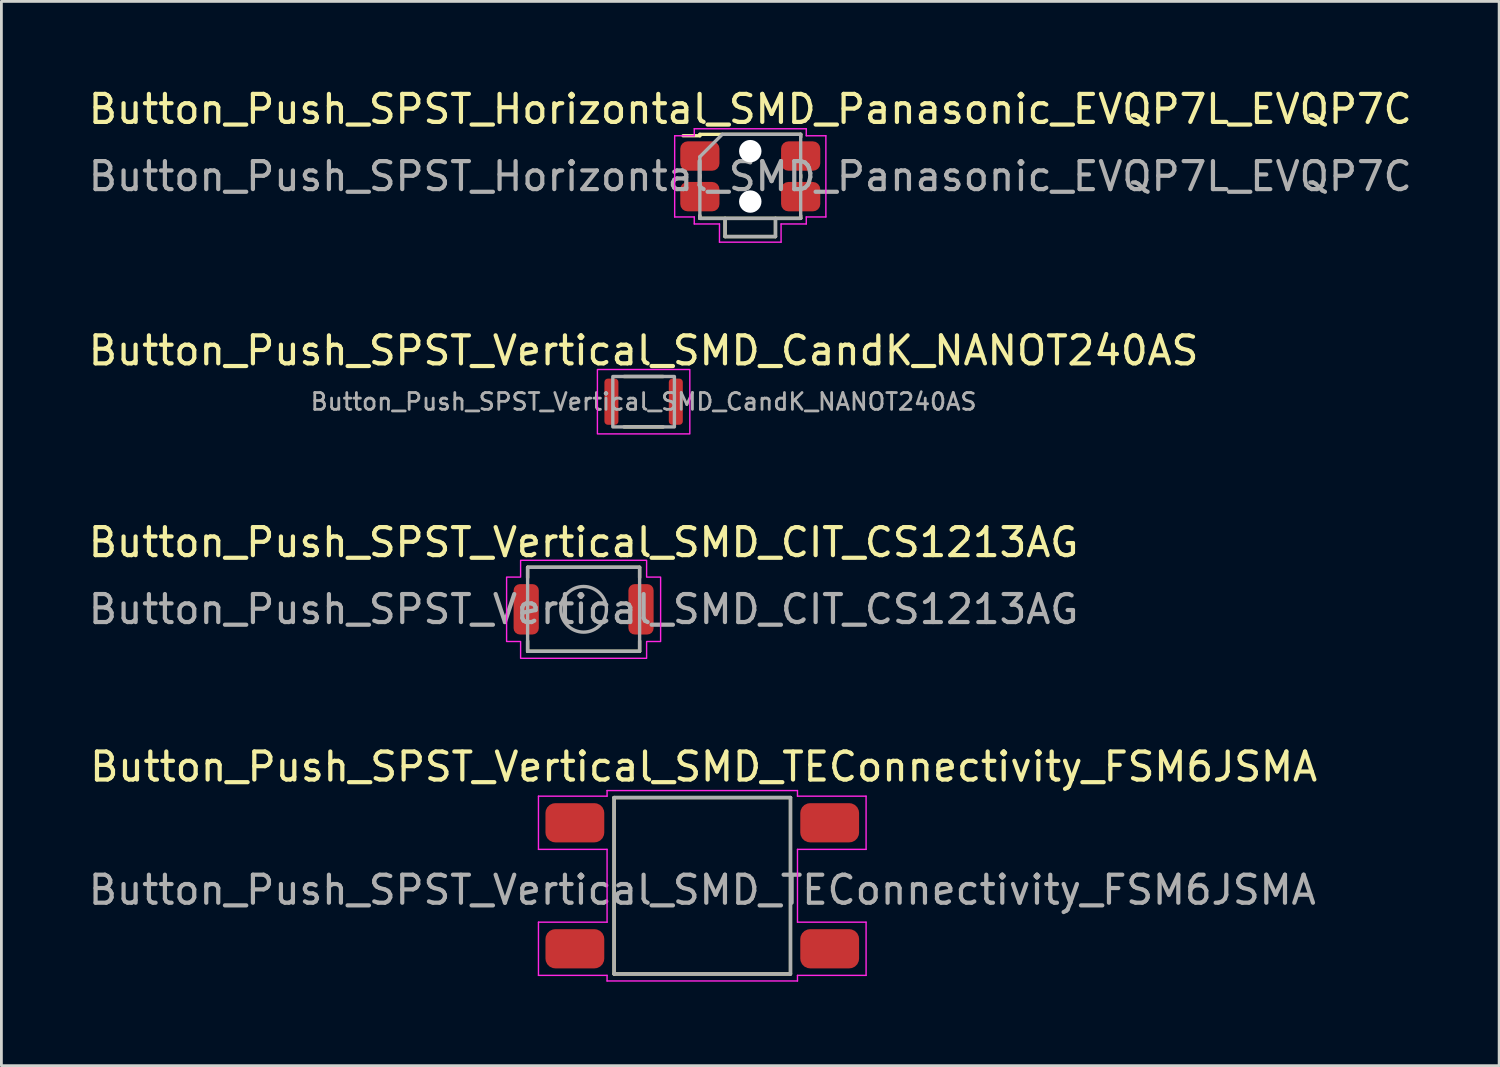
<source format=kicad_pcb>
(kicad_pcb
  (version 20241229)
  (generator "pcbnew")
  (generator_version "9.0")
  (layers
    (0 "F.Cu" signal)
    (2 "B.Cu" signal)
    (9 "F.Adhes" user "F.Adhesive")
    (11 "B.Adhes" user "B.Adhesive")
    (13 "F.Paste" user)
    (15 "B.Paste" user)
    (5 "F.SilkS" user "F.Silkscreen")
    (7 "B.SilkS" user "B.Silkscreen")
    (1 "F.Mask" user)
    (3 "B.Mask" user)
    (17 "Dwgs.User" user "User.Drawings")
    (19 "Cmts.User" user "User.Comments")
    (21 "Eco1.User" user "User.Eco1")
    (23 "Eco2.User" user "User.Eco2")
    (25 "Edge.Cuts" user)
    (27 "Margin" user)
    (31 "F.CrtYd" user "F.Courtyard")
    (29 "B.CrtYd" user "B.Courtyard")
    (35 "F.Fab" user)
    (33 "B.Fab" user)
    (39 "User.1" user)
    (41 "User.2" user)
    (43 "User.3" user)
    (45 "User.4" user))
  (footprint "Button_Push_SPST_Vertical_SMD_TEConnectivity_FSM6JSMA"
    (layer "F.Cu")
    (at 22.03 28.583)
    (property "Reference" "Button_Push_SPST_Vertical_SMD_TEConnectivity_FSM6JSMA" (at 0.05 -4.25 0) (unlocked yes) (layer "F.SilkS") (effects (font (size 1 1) (thickness 0.15))))
    (attr smd)
    (fp_line (start -3.15 -3.15) (end -3.15 3.15) (stroke (width 0.12) (type solid)) (layer "F.SilkS"))
    (fp_line (start -3.15 3.15) (end 3.15 3.15) (stroke (width 0.12) (type solid)) (layer "F.SilkS"))
    (fp_line (start 3.15 -3.15) (end -3.15 -3.15) (stroke (width 0.12) (type solid)) (layer "F.SilkS"))
    (fp_line (start 3.15 3.15) (end 3.15 -3.15) (stroke (width 0.12) (type solid)) (layer "F.SilkS"))
    (fp_line (start -5.85 -3.2) (end -3.4 -3.2) (stroke (width 0.05) (type solid)) (layer "F.CrtYd"))
    (fp_line (start -5.85 -1.3) (end -5.85 -3.2) (stroke (width 0.05) (type solid)) (layer "F.CrtYd"))
    (fp_line (start -5.85 1.3) (end -3.4 1.3) (stroke (width 0.05) (type solid)) (layer "F.CrtYd"))
    (fp_line (start -5.85 3.2) (end -5.85 1.3) (stroke (width 0.05) (type solid)) (layer "F.CrtYd"))
    (fp_line (start -3.4 -3.2) (end -3.4 -3.4) (stroke (width 0.05) (type solid)) (layer "F.CrtYd"))
    (fp_line (start -3.4 -1.3) (end -5.85 -1.3) (stroke (width 0.05) (type solid)) (layer "F.CrtYd"))
    (fp_line (start -3.4 1.3) (end -3.4 -1.3) (stroke (width 0.05) (type solid)) (layer "F.CrtYd"))
    (fp_line (start -3.4 3.2) (end -5.85 3.2) (stroke (width 0.05) (type solid)) (layer "F.CrtYd"))
    (fp_line (start -3.4 3.4) (end -3.4 3.2) (stroke (width 0.05) (type solid)) (layer "F.CrtYd"))
    (fp_line (start -3.4 3.4) (end 3.4 3.4) (stroke (width 0.05) (type solid)) (layer "F.CrtYd"))
    (fp_line (start 3.4 -3.4) (end -3.4 -3.4) (stroke (width 0.05) (type solid)) (layer "F.CrtYd"))
    (fp_line (start 3.4 -3.4) (end 3.4 -3.2) (stroke (width 0.05) (type solid)) (layer "F.CrtYd"))
    (fp_line (start 3.4 -3.2) (end 5.85 -3.2) (stroke (width 0.05) (type solid)) (layer "F.CrtYd"))
    (fp_line (start 3.4 -1.3) (end 3.4 1.3) (stroke (width 0.05) (type solid)) (layer "F.CrtYd"))
    (fp_line (start 3.4 1.3) (end 5.85 1.3) (stroke (width 0.05) (type solid)) (layer "F.CrtYd"))
    (fp_line (start 3.4 3.2) (end 3.4 3.4) (stroke (width 0.05) (type solid)) (layer "F.CrtYd"))
    (fp_line (start 5.85 -3.2) (end 5.85 -1.3) (stroke (width 0.05) (type solid)) (layer "F.CrtYd"))
    (fp_line (start 5.85 -1.3) (end 3.4 -1.3) (stroke (width 0.05) (type solid)) (layer "F.CrtYd"))
    (fp_line (start 5.85 1.3) (end 5.85 3.2) (stroke (width 0.05) (type solid)) (layer "F.CrtYd"))
    (fp_line (start 5.85 3.2) (end 3.4 3.2) (stroke (width 0.05) (type solid)) (layer "F.CrtYd"))
    (fp_line (start -3.15 -3.15) (end -3.15 3.15) (stroke (width 0.12) (type solid)) (layer "F.Fab"))
    (fp_line (start -3.15 3.15) (end 3.15 3.15) (stroke (width 0.12) (type solid)) (layer "F.Fab"))
    (fp_line (start 3.15 -3.15) (end -3.15 -3.15) (stroke (width 0.12) (type solid)) (layer "F.Fab"))
    (fp_line (start 3.15 3.15) (end 3.15 -3.15) (stroke (width 0.12) (type solid)) (layer "F.Fab"))
    (fp_text user "${REFERENCE}" (at 0 0.15 0) (layer "F.Fab") (effects (font (size 1 1) (thickness 0.15))))
    (pad "1" smd roundrect (at -4.55 -2.25) (size 2.1 1.4) (layers "F.Cu" "F.Mask" "F.Paste") (roundrect_rratio 0.25))
    (pad "2" smd roundrect (at 4.55 -2.25) (size 2.1 1.4) (layers "F.Cu" "F.Mask" "F.Paste") (roundrect_rratio 0.25))
    (pad "3" smd roundrect (at -4.55 2.25) (size 2.1 1.4) (layers "F.Cu" "F.Mask" "F.Paste") (roundrect_rratio 0.25))
    (pad "4" smd roundrect (at 4.55 2.25) (size 2.1 1.4) (layers "F.Cu" "F.Mask" "F.Paste") (roundrect_rratio 0.25)))
  (footprint "Button_Push_SPST_Vertical_SMD_CIT_CS1213AG"
    (layer "F.Cu")
    (at 17.792 18.71)
    (property "Reference" "Button_Push_SPST_Vertical_SMD_CIT_CS1213AG" (at 0 -2.39 0) (layer "F.SilkS") (effects (font (size 1 1) (thickness 0.15))))
    (attr smd)
    (fp_line (start -2 -1.5) (end 2 -1.5) (stroke (width 0.12) (type solid)) (layer "F.SilkS"))
    (fp_line (start -2 -1.13) (end -2 -1.5) (stroke (width 0.12) (type solid)) (layer "F.SilkS"))
    (fp_line (start -2 1.5) (end -2 1.13) (stroke (width 0.12) (type solid)) (layer "F.SilkS"))
    (fp_line (start 2 -1.5) (end 2 -1.13) (stroke (width 0.12) (type solid)) (layer "F.SilkS"))
    (fp_line (start 2 1.13) (end 2 1.5) (stroke (width 0.12) (type solid)) (layer "F.SilkS"))
    (fp_line (start 2 1.5) (end -2 1.5) (stroke (width 0.12) (type solid)) (layer "F.SilkS"))
    (fp_poly (pts (xy 2.25 -1.15) (xy 2.75 -1.15) (xy 2.75 1.15) (xy 2.25 1.15) (xy 2.25 1.75) (xy -2.25 1.75) (xy -2.25 1.15) (xy -2.75 1.15) (xy -2.75 -1.15) (xy -2.25 -1.15) (xy -2.25 -1.75) (xy 2.25 -1.75)) (stroke (width 0.05) (type default)) (fill no) (layer "F.CrtYd"))
    (fp_rect (start -2 -1.5) (end 2 1.5) (stroke (width 0.12) (type default)) (fill no) (layer "F.Fab"))
    (fp_circle (center 0 0) (end 0 0.815) (stroke (width 0.12) (type solid)) (fill no) (layer "F.Fab"))
    (fp_text user "${REFERENCE}" (at 0 0 0) (layer "F.Fab") (effects (font (size 1 1) (thickness 0.15))))
    (pad "1" smd roundrect (at -2.05 0 90) (size 1.8 0.9) (layers "F.Cu" "F.Mask" "F.Paste") (roundrect_rratio 0.25))
    (pad "2" smd roundrect (at 2.05 0 90) (size 1.8 0.9) (layers "F.Cu" "F.Mask" "F.Paste") (roundrect_rratio 0.25)))
  (footprint "Button_Push_SPST_Vertical_SMD_CandK_NANOT240AS"
    (layer "F.Cu")
    (at 19.935 11.296)
    (property "Reference" "Button_Push_SPST_Vertical_SMD_CandK_NANOT240AS" (at 0 -1.825 0) (unlocked yes) (layer "F.SilkS") (effects (font (size 1 1) (thickness 0.15))))
    (attr smd)
    (fp_line (start -0.7 -0.9) (end 0.7 -0.9) (stroke (width 0.12) (type default)) (layer "F.SilkS"))
    (fp_line (start -0.7 0.9) (end 0.7 0.9) (stroke (width 0.12) (type default)) (layer "F.SilkS"))
    (fp_rect (start -1.65 -1.15) (end 1.65 1.15) (stroke (width 0.05) (type default)) (fill no) (layer "F.CrtYd"))
    (fp_rect (start -1.1 -0.9) (end 1.1 0.9) (stroke (width 0.12) (type default)) (fill no) (layer "F.Fab"))
    (fp_text user "${REFERENCE}" (at 0 0 0) (unlocked yes) (layer "F.Fab") (effects (font (size 0.6 0.6) (thickness 0.1) (bold yes))))
    (pad "1" smd roundrect (at -1.15 0) (size 0.5 1.65) (layers "F.Cu" "F.Mask" "F.Paste") (roundrect_rratio 0.25))
    (pad "2" smd roundrect (at 1.15 0) (size 0.5 1.65) (layers "F.Cu" "F.Mask" "F.Paste") (roundrect_rratio 0.25)))
  (footprint "Button_Push_SPST_Horizontal_SMD_Panasonic_EVQP7L_EVQP7C"
    (layer "F.Cu")
    (at 23.744 3.248)
    (property "Reference" "Button_Push_SPST_Horizontal_SMD_Panasonic_EVQP7L_EVQP7C" (at 0 -2.4 0) (layer "F.SilkS") (effects (font (size 1 1) (thickness 0.15))))
    (attr smd)
    (fp_line (start -2.4 -1.45) (end -1.8 -1.45) (stroke (width 0.12) (type solid)) (layer "F.SilkS"))
    (fp_line (start -1.8 -1.5) (end -1.8 -1.45) (stroke (width 0.12) (type solid)) (layer "F.SilkS"))
    (fp_line (start -1.8 -1.5) (end 1.8 -1.5) (stroke (width 0.12) (type solid)) (layer "F.SilkS"))
    (fp_line (start -1.8 -0.05) (end -1.8 0.05) (stroke (width 0.12) (type solid)) (layer "F.SilkS"))
    (fp_line (start -1.8 1.4) (end -1.8 1.5) (stroke (width 0.12) (type solid)) (layer "F.SilkS"))
    (fp_line (start -0.9 2.15) (end -0.9 1.5) (stroke (width 0.12) (type solid)) (layer "F.SilkS"))
    (fp_line (start 0.9 1.5) (end 0.9 2.15) (stroke (width 0.12) (type solid)) (layer "F.SilkS"))
    (fp_line (start 0.9 2.15) (end -0.9 2.15) (stroke (width 0.12) (type solid)) (layer "F.SilkS"))
    (fp_line (start 1.8 -1.5) (end 1.8 -1.4) (stroke (width 0.12) (type solid)) (layer "F.SilkS"))
    (fp_line (start 1.8 -0.05) (end 1.8 0.05) (stroke (width 0.12) (type solid)) (layer "F.SilkS"))
    (fp_line (start 1.8 1.4) (end 1.8 1.5) (stroke (width 0.12) (type solid)) (layer "F.SilkS"))
    (fp_line (start 1.8 1.5) (end -1.8 1.5) (stroke (width 0.12) (type solid)) (layer "F.SilkS"))
    (fp_line (start -2.7 -1.45) (end -2.7 1.45) (stroke (width 0.05) (type solid)) (layer "F.CrtYd"))
    (fp_line (start -2.7 -1.45) (end -2 -1.45) (stroke (width 0.05) (type solid)) (layer "F.CrtYd"))
    (fp_line (start -2.7 1.45) (end -2 1.45) (stroke (width 0.05) (type solid)) (layer "F.CrtYd"))
    (fp_line (start -2 -1.7) (end -2 -1.45) (stroke (width 0.05) (type solid)) (layer "F.CrtYd"))
    (fp_line (start -2 -1.7) (end 2 -1.7) (stroke (width 0.05) (type solid)) (layer "F.CrtYd"))
    (fp_line (start -2 1.45) (end -2 1.7) (stroke (width 0.05) (type solid)) (layer "F.CrtYd"))
    (fp_line (start -2 1.7) (end -1.1 1.7) (stroke (width 0.05) (type solid)) (layer "F.CrtYd"))
    (fp_line (start -1.1 1.7) (end -1.1 2.35) (stroke (width 0.05) (type solid)) (layer "F.CrtYd"))
    (fp_line (start 1.1 1.7) (end 1.1 2.35) (stroke (width 0.05) (type solid)) (layer "F.CrtYd"))
    (fp_line (start 1.1 2.35) (end -1.1 2.35) (stroke (width 0.05) (type solid)) (layer "F.CrtYd"))
    (fp_line (start 2 -1.7) (end 2 -1.45) (stroke (width 0.05) (type solid)) (layer "F.CrtYd"))
    (fp_line (start 2 1.45) (end 2 1.7) (stroke (width 0.05) (type solid)) (layer "F.CrtYd"))
    (fp_line (start 2 1.7) (end 1.1 1.7) (stroke (width 0.05) (type solid)) (layer "F.CrtYd"))
    (fp_line (start 2.7 -1.45) (end 2 -1.45) (stroke (width 0.05) (type solid)) (layer "F.CrtYd"))
    (fp_line (start 2.7 -1.45) (end 2.7 1.45) (stroke (width 0.05) (type solid)) (layer "F.CrtYd"))
    (fp_line (start 2.7 1.45) (end 2 1.45) (stroke (width 0.05) (type solid)) (layer "F.CrtYd"))
    (fp_line (start -1.8 -0.7) (end -1 -1.5) (stroke (width 0.12) (type solid)) (layer "F.Fab"))
    (fp_line (start -1.8 1.5) (end -1.8 -0.7) (stroke (width 0.12) (type solid)) (layer "F.Fab"))
    (fp_line (start -1 -1.5) (end 1.8 -1.5) (stroke (width 0.12) (type solid)) (layer "F.Fab"))
    (fp_line (start -0.9 2.15) (end -0.9 1.5) (stroke (width 0.12) (type solid)) (layer "F.Fab"))
    (fp_line (start -0.9 2.15) (end 0.9 2.15) (stroke (width 0.12) (type solid)) (layer "F.Fab"))
    (fp_line (start 0.9 2.15) (end 0.9 1.5) (stroke (width 0.12) (type solid)) (layer "F.Fab"))
    (fp_line (start 1.8 -1.5) (end 1.8 1.5) (stroke (width 0.12) (type solid)) (layer "F.Fab"))
    (fp_line (start 1.8 1.5) (end -1.8 1.5) (stroke (width 0.12) (type solid)) (layer "F.Fab"))
    (fp_text user "${REFERENCE}" (at 0 0 0) (layer "F.Fab") (effects (font (size 1 1) (thickness 0.15))))
    (pad "" np_thru_hole circle (at 0 -0.9) (size 0.8 0.8) (drill 0.8) (layers "*.Cu" "*.Mask"))
    (pad "" np_thru_hole circle (at 0 0.9) (size 0.8 0.8) (drill 0.8) (layers "*.Cu" "*.Mask"))
    (pad "1" smd roundrect (at -1.8 -0.725) (size 1.4 1.05) (layers "F.Cu" "F.Mask" "F.Paste") (roundrect_rratio 0.25))
    (pad "2" smd roundrect (at 1.8 -0.725) (size 1.4 1.05) (layers "F.Cu" "F.Mask" "F.Paste") (roundrect_rratio 0.25))
    (pad "3" smd roundrect (at -1.8 0.725) (size 1.4 1.05) (layers "F.Cu" "F.Mask" "F.Paste") (roundrect_rratio 0.25))
    (pad "4" smd roundrect (at 1.8 0.725) (size 1.4 1.05) (layers "F.Cu" "F.Mask" "F.Paste") (roundrect_rratio 0.25)))
  (gr_rect
    (start -3 -3)
    (end 50.488 35.008)
    (stroke (width 0.1) (type default))
    (fill no)
    (layer "Edge.Cuts")))
</source>
